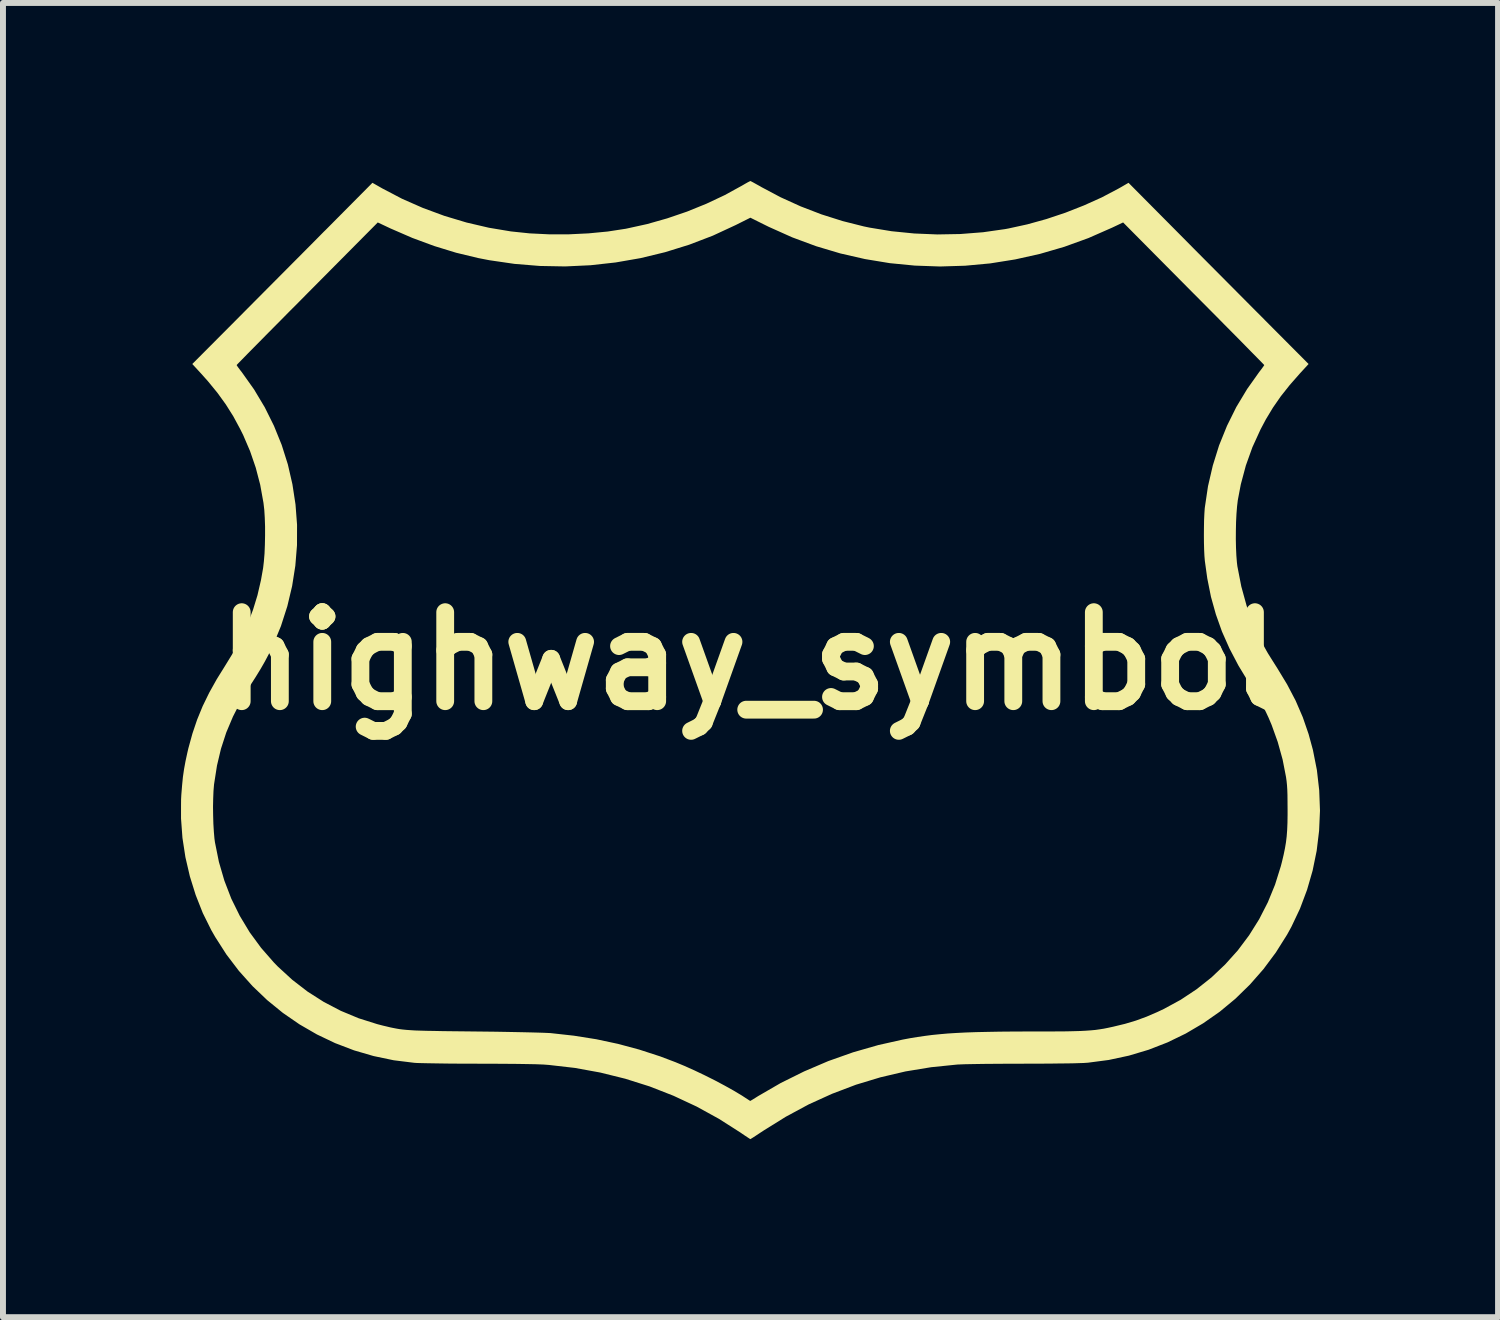
<source format=kicad_pcb>
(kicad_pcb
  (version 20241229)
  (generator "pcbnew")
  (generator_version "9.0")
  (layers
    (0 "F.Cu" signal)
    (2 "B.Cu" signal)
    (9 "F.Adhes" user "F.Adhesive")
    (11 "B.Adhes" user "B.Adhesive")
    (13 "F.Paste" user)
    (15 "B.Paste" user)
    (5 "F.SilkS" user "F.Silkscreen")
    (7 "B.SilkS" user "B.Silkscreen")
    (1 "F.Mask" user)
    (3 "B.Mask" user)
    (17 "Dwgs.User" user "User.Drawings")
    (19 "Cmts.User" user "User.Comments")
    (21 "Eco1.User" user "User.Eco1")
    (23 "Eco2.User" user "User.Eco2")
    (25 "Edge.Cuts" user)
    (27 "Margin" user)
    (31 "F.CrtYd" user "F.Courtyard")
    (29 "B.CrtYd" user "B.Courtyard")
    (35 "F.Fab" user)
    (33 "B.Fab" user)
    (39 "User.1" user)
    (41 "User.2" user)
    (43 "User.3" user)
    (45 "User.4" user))
  (footprint "highway_symbol"
    (layer "F.Cu")
    (at 9.594 8.086)
    (property "Reference" "highway_symbol" (at 0 0 0) (layer "F.SilkS") (effects (font (size 1.5 1.5) (thickness 0.3))))
    (attr board_only exclude_from_pos_files exclude_from_bom)
    (fp_poly (pts (xy 0.014 -8.079) (xy 0.05 -8.06) (xy 0.1 -8.032) (xy 0.162 -7.998) (xy 0.187 -7.983) (xy 0.507 -7.813) (xy 0.846 -7.659) (xy 1.197 -7.524) (xy 1.554 -7.411) (xy 1.911 -7.321) (xy 2.007 -7.301) (xy 2.379 -7.24) (xy 2.761 -7.202) (xy 3.149 -7.186) (xy 3.537 -7.193) (xy 3.919 -7.223) (xy 4.291 -7.276) (xy 4.35 -7.287) (xy 4.665 -7.356) (xy 4.986 -7.445) (xy 5.306 -7.552) (xy 5.619 -7.675) (xy 5.919 -7.81) (xy 6.198 -7.957) (xy 6.246 -7.984) (xy 6.37 -8.056) (xy 7.16 -7.26) (xy 7.31 -7.109) (xy 7.473 -6.944) (xy 7.646 -6.77) (xy 7.825 -6.59) (xy 8.004 -6.41) (xy 8.181 -6.232) (xy 8.351 -6.061) (xy 8.509 -5.902) (xy 8.653 -5.758) (xy 8.677 -5.733) (xy 9.404 -5.003) (xy 9.255 -4.841) (xy 9.085 -4.647) (xy 8.936 -4.459) (xy 8.804 -4.269) (xy 8.684 -4.07) (xy 8.594 -3.9) (xy 8.457 -3.6) (xy 8.347 -3.293) (xy 8.262 -2.975) (xy 8.211 -2.707) (xy 8.199 -2.605) (xy 8.189 -2.481) (xy 8.182 -2.343) (xy 8.179 -2.198) (xy 8.178 -2.05) (xy 8.181 -1.907) (xy 8.187 -1.776) (xy 8.196 -1.662) (xy 8.204 -1.596) (xy 8.27 -1.256) (xy 8.36 -0.929) (xy 8.474 -0.618) (xy 8.612 -0.321) (xy 8.69 -0.179) (xy 8.718 -0.13) (xy 8.758 -0.066) (xy 8.805 0.009) (xy 8.853 0.085) (xy 8.873 0.116) (xy 9.042 0.395) (xy 9.186 0.67) (xy 9.306 0.948) (xy 9.404 1.232) (xy 9.477 1.5) (xy 9.544 1.839) (xy 9.583 2.18) (xy 9.596 2.522) (xy 9.581 2.862) (xy 9.54 3.2) (xy 9.472 3.532) (xy 9.378 3.857) (xy 9.259 4.174) (xy 9.114 4.48) (xy 9.042 4.611) (xy 8.853 4.911) (xy 8.644 5.192) (xy 8.416 5.452) (xy 8.17 5.692) (xy 7.907 5.91) (xy 7.628 6.105) (xy 7.334 6.278) (xy 7.027 6.427) (xy 6.708 6.551) (xy 6.377 6.65) (xy 6.037 6.723) (xy 5.687 6.769) (xy 5.657 6.771) (xy 5.613 6.774) (xy 5.544 6.776) (xy 5.452 6.779) (xy 5.341 6.781) (xy 5.213 6.782) (xy 5.072 6.784) (xy 4.92 6.785) (xy 4.762 6.785) (xy 4.598 6.786) (xy 4.593 6.786) (xy 4.428 6.786) (xy 4.266 6.787) (xy 4.11 6.788) (xy 3.964 6.789) (xy 3.83 6.791) (xy 3.712 6.793) (xy 3.613 6.795) (xy 3.536 6.798) (xy 3.486 6.8) (xy 3.045 6.845) (xy 2.613 6.916) (xy 2.191 7.015) (xy 1.778 7.14) (xy 1.375 7.293) (xy 0.981 7.472) (xy 0.597 7.679) (xy 0.227 7.909) (xy 0.157 7.955) (xy 0.095 7.996) (xy 0.046 8.028) (xy 0.012 8.049) (xy -0.001 8.057) (xy -0.001 8.057) (xy -0.015 8.049) (xy -0.047 8.028) (xy -0.094 7.997) (xy -0.15 7.959) (xy -0.164 7.949) (xy -0.529 7.716) (xy -0.907 7.508) (xy -1.297 7.326) (xy -1.698 7.169) (xy -2.11 7.039) (xy -2.53 6.935) (xy -2.959 6.857) (xy -3.395 6.807) (xy -3.486 6.8) (xy -3.538 6.798) (xy -3.615 6.795) (xy -3.714 6.793) (xy -3.832 6.791) (xy -3.966 6.789) (xy -4.113 6.788) (xy -4.269 6.787) (xy -4.431 6.786) (xy -4.593 6.786) (xy -4.756 6.785) (xy -4.916 6.785) (xy -5.068 6.784) (xy -5.211 6.782) (xy -5.34 6.78) (xy -5.453 6.778) (xy -5.546 6.776) (xy -5.618 6.774) (xy -5.663 6.771) (xy -5.664 6.771) (xy -6.011 6.728) (xy -6.35 6.657) (xy -6.679 6.561) (xy -6.998 6.439) (xy -7.304 6.293) (xy -7.598 6.123) (xy -7.878 5.93) (xy -8.142 5.715) (xy -8.389 5.479) (xy -8.619 5.222) (xy -8.829 4.946) (xy -9.018 4.651) (xy -9.084 4.536) (xy -9.227 4.248) (xy -9.347 3.944) (xy -9.445 3.63) (xy -9.52 3.307) (xy -9.57 2.981) (xy -9.594 2.654) (xy -9.594 2.457) (xy -9.055 2.457) (xy -9.053 2.601) (xy -9.049 2.743) (xy -9.041 2.876) (xy -9.031 2.992) (xy -9.022 3.057) (xy -8.956 3.385) (xy -8.864 3.701) (xy -8.747 4.005) (xy -8.604 4.295) (xy -8.437 4.572) (xy -8.245 4.834) (xy -8.03 5.08) (xy -7.963 5.149) (xy -7.72 5.372) (xy -7.462 5.571) (xy -7.189 5.745) (xy -6.902 5.895) (xy -6.602 6.02) (xy -6.289 6.119) (xy -6.193 6.144) (xy -6.129 6.159) (xy -6.072 6.173) (xy -6.019 6.184) (xy -5.967 6.194) (xy -5.915 6.203) (xy -5.859 6.21) (xy -5.798 6.216) (xy -5.729 6.221) (xy -5.65 6.226) (xy -5.558 6.229) (xy -5.452 6.232) (xy -5.328 6.234) (xy -5.185 6.237) (xy -5.019 6.239) (xy -4.83 6.241) (xy -4.65 6.243) (xy -4.47 6.245) (xy -4.294 6.247) (xy -4.126 6.25) (xy -3.967 6.253) (xy -3.821 6.256) (xy -3.69 6.259) (xy -3.577 6.262) (xy -3.485 6.265) (xy -3.415 6.268) (xy -3.372 6.27) (xy -3.371 6.27) (xy -2.974 6.314) (xy -2.596 6.374) (xy -2.231 6.452) (xy -1.874 6.548) (xy -1.52 6.663) (xy -1.264 6.76) (xy -1.11 6.824) (xy -0.943 6.899) (xy -0.771 6.981) (xy -0.599 7.067) (xy -0.434 7.155) (xy -0.28 7.241) (xy -0.145 7.322) (xy -0.093 7.356) (xy -0.051 7.383) (xy -0.019 7.404) (xy -0.005 7.413) (xy -0.004 7.413) (xy 0.008 7.407) (xy 0.04 7.388) (xy 0.085 7.36) (xy 0.131 7.331) (xy 0.509 7.112) (xy 0.904 6.916) (xy 1.311 6.742) (xy 1.729 6.594) (xy 2.154 6.472) (xy 2.564 6.38) (xy 2.691 6.356) (xy 2.814 6.336) (xy 2.937 6.318) (xy 3.061 6.302) (xy 3.19 6.289) (xy 3.326 6.277) (xy 3.471 6.268) (xy 3.629 6.26) (xy 3.801 6.254) (xy 3.99 6.25) (xy 4.199 6.246) (xy 4.43 6.244) (xy 4.686 6.243) (xy 4.815 6.243) (xy 5.008 6.243) (xy 5.176 6.242) (xy 5.321 6.241) (xy 5.447 6.238) (xy 5.556 6.235) (xy 5.651 6.23) (xy 5.735 6.224) (xy 5.811 6.217) (xy 5.882 6.207) (xy 5.952 6.196) (xy 6.022 6.182) (xy 6.096 6.166) (xy 6.11 6.163) (xy 6.312 6.114) (xy 6.496 6.059) (xy 6.673 5.994) (xy 6.854 5.916) (xy 6.964 5.864) (xy 7.249 5.709) (xy 7.516 5.532) (xy 7.767 5.333) (xy 7.998 5.114) (xy 8.211 4.877) (xy 8.402 4.622) (xy 8.571 4.352) (xy 8.717 4.067) (xy 8.839 3.769) (xy 8.936 3.459) (xy 8.956 3.382) (xy 8.984 3.263) (xy 9.006 3.156) (xy 9.023 3.055) (xy 9.035 2.955) (xy 9.043 2.848) (xy 9.048 2.729) (xy 9.05 2.591) (xy 9.05 2.5) (xy 9.049 2.367) (xy 9.048 2.257) (xy 9.045 2.167) (xy 9.04 2.09) (xy 9.033 2.022) (xy 9.024 1.958) (xy 9.024 1.957) (xy 8.966 1.66) (xy 8.884 1.365) (xy 8.782 1.08) (xy 8.729 0.955) (xy 8.686 0.863) (xy 8.641 0.774) (xy 8.591 0.682) (xy 8.533 0.583) (xy 8.463 0.471) (xy 8.398 0.368) (xy 8.222 0.078) (xy 8.072 -0.208) (xy 7.945 -0.494) (xy 7.842 -0.784) (xy 7.759 -1.081) (xy 7.697 -1.391) (xy 7.656 -1.686) (xy 7.649 -1.769) (xy 7.644 -1.874) (xy 7.641 -1.994) (xy 7.64 -2.121) (xy 7.641 -2.249) (xy 7.643 -2.371) (xy 7.648 -2.48) (xy 7.654 -2.569) (xy 7.656 -2.586) (xy 7.709 -2.943) (xy 7.79 -3.292) (xy 7.896 -3.632) (xy 8.029 -3.961) (xy 8.186 -4.278) (xy 8.369 -4.582) (xy 8.569 -4.864) (xy 8.606 -4.912) (xy 8.635 -4.952) (xy 8.653 -4.978) (xy 8.657 -4.985) (xy 8.647 -4.996) (xy 8.618 -5.026) (xy 8.571 -5.074) (xy 8.508 -5.138) (xy 8.43 -5.217) (xy 8.338 -5.311) (xy 8.234 -5.417) (xy 8.118 -5.534) (xy 7.991 -5.662) (xy 7.856 -5.799) (xy 7.713 -5.943) (xy 7.563 -6.094) (xy 7.467 -6.19) (xy 6.279 -7.388) (xy 6.093 -7.3) (xy 5.695 -7.125) (xy 5.289 -6.978) (xy 4.877 -6.858) (xy 4.46 -6.765) (xy 4.04 -6.698) (xy 3.617 -6.659) (xy 3.194 -6.646) (xy 2.77 -6.661) (xy 2.349 -6.702) (xy 1.93 -6.771) (xy 1.515 -6.866) (xy 1.106 -6.988) (xy 0.704 -7.137) (xy 0.311 -7.313) (xy 0.246 -7.345) (xy -0.001 -7.468) (xy -0.249 -7.344) (xy -0.635 -7.165) (xy -1.032 -7.013) (xy -1.438 -6.887) (xy -1.851 -6.787) (xy -2.271 -6.714) (xy -2.695 -6.667) (xy -3.122 -6.647) (xy -3.549 -6.655) (xy -3.976 -6.69) (xy -4.401 -6.752) (xy -4.586 -6.788) (xy -4.96 -6.878) (xy -5.328 -6.991) (xy -5.696 -7.127) (xy -6.067 -7.288) (xy -6.107 -7.307) (xy -6.279 -7.388) (xy -7.467 -6.191) (xy -7.62 -6.036) (xy -7.768 -5.888) (xy -7.908 -5.746) (xy -8.04 -5.613) (xy -8.163 -5.489) (xy -8.275 -5.375) (xy -8.375 -5.274) (xy -8.462 -5.186) (xy -8.534 -5.112) (xy -8.591 -5.054) (xy -8.631 -5.013) (xy -8.653 -4.99) (xy -8.657 -4.985) (xy -8.649 -4.971) (xy -8.627 -4.94) (xy -8.595 -4.897) (xy -8.569 -4.864) (xy -8.363 -4.574) (xy -8.183 -4.273) (xy -8.028 -3.961) (xy -7.898 -3.64) (xy -7.794 -3.311) (xy -7.717 -2.976) (xy -7.665 -2.636) (xy -7.639 -2.294) (xy -7.64 -1.949) (xy -7.668 -1.605) (xy -7.722 -1.262) (xy -7.803 -0.922) (xy -7.911 -0.586) (xy -8.047 -0.257) (xy -8.063 -0.222) (xy -8.119 -0.108) (xy -8.181 0.009) (xy -8.252 0.133) (xy -8.336 0.27) (xy -8.419 0.399) (xy -8.582 0.67) (xy -8.719 0.938) (xy -8.832 1.206) (xy -8.921 1.48) (xy -8.988 1.762) (xy -9.034 2.056) (xy -9.038 2.083) (xy -9.047 2.191) (xy -9.052 2.318) (xy -9.055 2.457) (xy -9.594 2.457) (xy -9.593 2.332) (xy -9.589 2.256) (xy -9.576 2.096) (xy -9.562 1.954) (xy -9.543 1.823) (xy -9.519 1.692) (xy -9.489 1.553) (xy -9.47 1.471) (xy -9.402 1.224) (xy -9.323 0.99) (xy -9.23 0.763) (xy -9.12 0.537) (xy -8.991 0.306) (xy -8.867 0.107) (xy -8.713 -0.144) (xy -8.582 -0.386) (xy -8.472 -0.623) (xy -8.381 -0.862) (xy -8.306 -1.107) (xy -8.247 -1.362) (xy -8.211 -1.564) (xy -8.198 -1.677) (xy -8.187 -1.81) (xy -8.181 -1.958) (xy -8.178 -2.111) (xy -8.178 -2.265) (xy -8.183 -2.412) (xy -8.191 -2.544) (xy -8.204 -2.656) (xy -8.205 -2.664) (xy -8.26 -2.969) (xy -8.335 -3.256) (xy -8.43 -3.533) (xy -8.547 -3.806) (xy -8.599 -3.91) (xy -8.714 -4.123) (xy -8.84 -4.323) (xy -8.981 -4.518) (xy -9.14 -4.712) (xy -9.255 -4.841) (xy -9.404 -5.003) (xy -8.677 -5.733) (xy -8.537 -5.874) (xy -8.381 -6.031) (xy -8.213 -6.2) (xy -8.037 -6.377) (xy -7.858 -6.557) (xy -7.679 -6.737) (xy -7.504 -6.913) (xy -7.338 -7.08) (xy -7.186 -7.234) (xy -7.159 -7.26) (xy -6.369 -8.056) (xy -6.202 -7.961) (xy -5.87 -7.787) (xy -5.52 -7.633) (xy -5.157 -7.499) (xy -4.784 -7.387) (xy -4.407 -7.299) (xy -4.036 -7.237) (xy -3.721 -7.204) (xy -3.393 -7.188) (xy -3.06 -7.188) (xy -2.729 -7.204) (xy -2.406 -7.235) (xy -2.1 -7.282) (xy -2.076 -7.287) (xy -1.74 -7.361) (xy -1.402 -7.457) (xy -1.068 -7.571) (xy -0.743 -7.703) (xy -0.433 -7.849) (xy -0.145 -8.007) (xy -0.09 -8.039) (xy -0.044 -8.065) (xy -0.012 -8.081) (xy -0.001 -8.086)) (stroke (width 0) (type solid)) (fill yes) (layer "F.SilkS")))
  (gr_rect
    (start -3 -3)
    (end 22.19 19.143)
    (stroke (width 0.1) (type default))
    (fill no)
    (layer "Edge.Cuts")))
</source>
